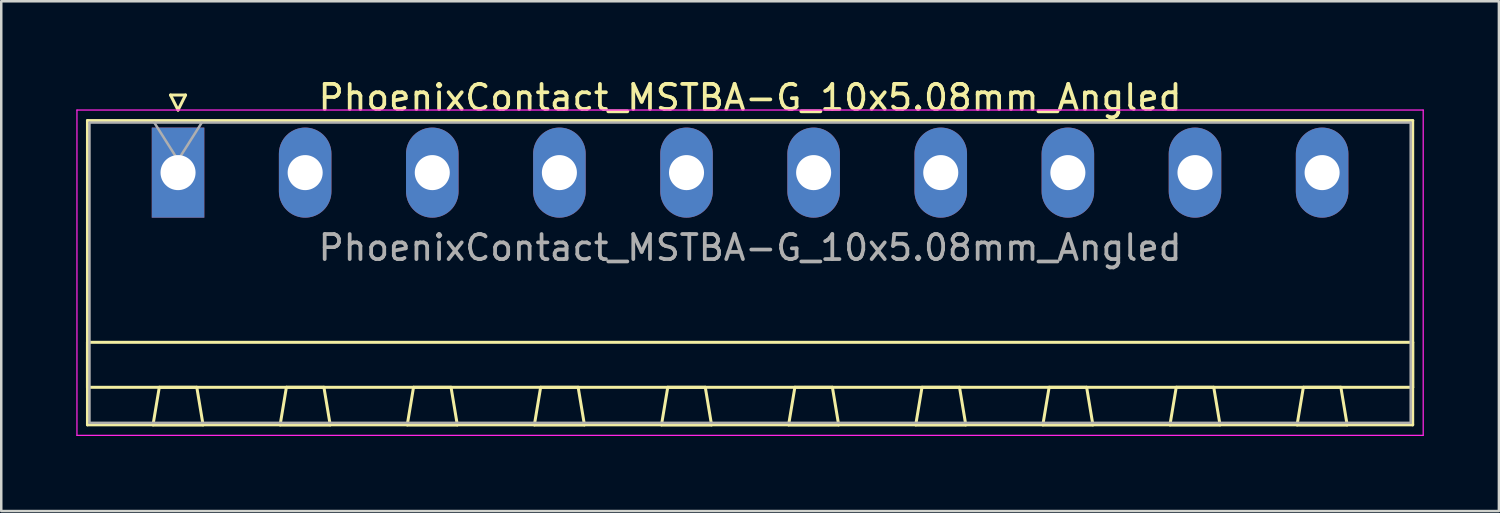
<source format=kicad_pcb>
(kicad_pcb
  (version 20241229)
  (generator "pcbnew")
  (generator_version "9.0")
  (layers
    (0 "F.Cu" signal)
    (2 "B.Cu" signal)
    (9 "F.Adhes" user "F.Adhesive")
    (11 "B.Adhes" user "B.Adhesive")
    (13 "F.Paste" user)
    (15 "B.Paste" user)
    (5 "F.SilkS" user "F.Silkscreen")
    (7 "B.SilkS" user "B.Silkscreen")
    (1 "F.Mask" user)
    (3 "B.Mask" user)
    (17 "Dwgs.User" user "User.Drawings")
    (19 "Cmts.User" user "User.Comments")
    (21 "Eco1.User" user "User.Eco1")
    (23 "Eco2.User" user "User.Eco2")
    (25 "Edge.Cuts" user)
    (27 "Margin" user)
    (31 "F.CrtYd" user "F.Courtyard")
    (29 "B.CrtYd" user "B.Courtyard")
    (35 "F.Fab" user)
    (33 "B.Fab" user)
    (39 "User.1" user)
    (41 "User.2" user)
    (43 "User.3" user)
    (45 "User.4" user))
  (footprint "PhoenixContact_MSTBA-G_10x5.08mm_Angled"
    (layer "F.Cu")
    (at 4.065 3.848)
    (property "Reference" "PhoenixContact_MSTBA-G_10x5.08mm_Angled" (at 22.86 -3 0) (layer "F.SilkS") (effects (font (size 1 1) (thickness 0.15))))
    (attr through_hole)
    (fp_line (start -3.62 -2.08) (end -3.62 10.08) (stroke (width 0.12) (type solid)) (layer "F.SilkS"))
    (fp_line (start -3.62 6.78) (end 49.34 6.78) (stroke (width 0.12) (type solid)) (layer "F.SilkS"))
    (fp_line (start -3.62 8.58) (end -3.62 6.78) (stroke (width 0.12) (type solid)) (layer "F.SilkS"))
    (fp_line (start -3.62 10.08) (end 49.34 10.08) (stroke (width 0.12) (type solid)) (layer "F.SilkS"))
    (fp_line (start -1 10.08) (end 1 10.08) (stroke (width 0.12) (type solid)) (layer "F.SilkS"))
    (fp_line (start -0.75 8.58) (end -1 10.08) (stroke (width 0.12) (type solid)) (layer "F.SilkS"))
    (fp_line (start -0.3 -3.1) (end 0.3 -3.1) (stroke (width 0.12) (type solid)) (layer "F.SilkS"))
    (fp_line (start 0 -2.5) (end -0.3 -3.1) (stroke (width 0.12) (type solid)) (layer "F.SilkS"))
    (fp_line (start 0.3 -3.1) (end 0 -2.5) (stroke (width 0.12) (type solid)) (layer "F.SilkS"))
    (fp_line (start 0.75 8.58) (end -0.75 8.58) (stroke (width 0.12) (type solid)) (layer "F.SilkS"))
    (fp_line (start 1 10.08) (end 0.75 8.58) (stroke (width 0.12) (type solid)) (layer "F.SilkS"))
    (fp_line (start 4.08 10.08) (end 6.08 10.08) (stroke (width 0.12) (type solid)) (layer "F.SilkS"))
    (fp_line (start 4.33 8.58) (end 4.08 10.08) (stroke (width 0.12) (type solid)) (layer "F.SilkS"))
    (fp_line (start 5.83 8.58) (end 4.33 8.58) (stroke (width 0.12) (type solid)) (layer "F.SilkS"))
    (fp_line (start 6.08 10.08) (end 5.83 8.58) (stroke (width 0.12) (type solid)) (layer "F.SilkS"))
    (fp_line (start 9.16 10.08) (end 11.16 10.08) (stroke (width 0.12) (type solid)) (layer "F.SilkS"))
    (fp_line (start 9.41 8.58) (end 9.16 10.08) (stroke (width 0.12) (type solid)) (layer "F.SilkS"))
    (fp_line (start 10.91 8.58) (end 9.41 8.58) (stroke (width 0.12) (type solid)) (layer "F.SilkS"))
    (fp_line (start 11.16 10.08) (end 10.91 8.58) (stroke (width 0.12) (type solid)) (layer "F.SilkS"))
    (fp_line (start 14.24 10.08) (end 16.24 10.08) (stroke (width 0.12) (type solid)) (layer "F.SilkS"))
    (fp_line (start 14.49 8.58) (end 14.24 10.08) (stroke (width 0.12) (type solid)) (layer "F.SilkS"))
    (fp_line (start 15.99 8.58) (end 14.49 8.58) (stroke (width 0.12) (type solid)) (layer "F.SilkS"))
    (fp_line (start 16.24 10.08) (end 15.99 8.58) (stroke (width 0.12) (type solid)) (layer "F.SilkS"))
    (fp_line (start 19.32 10.08) (end 21.32 10.08) (stroke (width 0.12) (type solid)) (layer "F.SilkS"))
    (fp_line (start 19.57 8.58) (end 19.32 10.08) (stroke (width 0.12) (type solid)) (layer "F.SilkS"))
    (fp_line (start 21.07 8.58) (end 19.57 8.58) (stroke (width 0.12) (type solid)) (layer "F.SilkS"))
    (fp_line (start 21.32 10.08) (end 21.07 8.58) (stroke (width 0.12) (type solid)) (layer "F.SilkS"))
    (fp_line (start 24.4 10.08) (end 26.4 10.08) (stroke (width 0.12) (type solid)) (layer "F.SilkS"))
    (fp_line (start 24.65 8.58) (end 24.4 10.08) (stroke (width 0.12) (type solid)) (layer "F.SilkS"))
    (fp_line (start 26.15 8.58) (end 24.65 8.58) (stroke (width 0.12) (type solid)) (layer "F.SilkS"))
    (fp_line (start 26.4 10.08) (end 26.15 8.58) (stroke (width 0.12) (type solid)) (layer "F.SilkS"))
    (fp_line (start 29.48 10.08) (end 31.48 10.08) (stroke (width 0.12) (type solid)) (layer "F.SilkS"))
    (fp_line (start 29.73 8.58) (end 29.48 10.08) (stroke (width 0.12) (type solid)) (layer "F.SilkS"))
    (fp_line (start 31.23 8.58) (end 29.73 8.58) (stroke (width 0.12) (type solid)) (layer "F.SilkS"))
    (fp_line (start 31.48 10.08) (end 31.23 8.58) (stroke (width 0.12) (type solid)) (layer "F.SilkS"))
    (fp_line (start 34.56 10.08) (end 36.56 10.08) (stroke (width 0.12) (type solid)) (layer "F.SilkS"))
    (fp_line (start 34.81 8.58) (end 34.56 10.08) (stroke (width 0.12) (type solid)) (layer "F.SilkS"))
    (fp_line (start 36.31 8.58) (end 34.81 8.58) (stroke (width 0.12) (type solid)) (layer "F.SilkS"))
    (fp_line (start 36.56 10.08) (end 36.31 8.58) (stroke (width 0.12) (type solid)) (layer "F.SilkS"))
    (fp_line (start 39.64 10.08) (end 41.64 10.08) (stroke (width 0.12) (type solid)) (layer "F.SilkS"))
    (fp_line (start 39.89 8.58) (end 39.64 10.08) (stroke (width 0.12) (type solid)) (layer "F.SilkS"))
    (fp_line (start 41.39 8.58) (end 39.89 8.58) (stroke (width 0.12) (type solid)) (layer "F.SilkS"))
    (fp_line (start 41.64 10.08) (end 41.39 8.58) (stroke (width 0.12) (type solid)) (layer "F.SilkS"))
    (fp_line (start 44.72 10.08) (end 46.72 10.08) (stroke (width 0.12) (type solid)) (layer "F.SilkS"))
    (fp_line (start 44.97 8.58) (end 44.72 10.08) (stroke (width 0.12) (type solid)) (layer "F.SilkS"))
    (fp_line (start 46.47 8.58) (end 44.97 8.58) (stroke (width 0.12) (type solid)) (layer "F.SilkS"))
    (fp_line (start 46.72 10.08) (end 46.47 8.58) (stroke (width 0.12) (type solid)) (layer "F.SilkS"))
    (fp_line (start 49.34 -2.08) (end -3.62 -2.08) (stroke (width 0.12) (type solid)) (layer "F.SilkS"))
    (fp_line (start 49.34 6.78) (end 49.34 8.58) (stroke (width 0.12) (type solid)) (layer "F.SilkS"))
    (fp_line (start 49.34 8.58) (end -3.62 8.58) (stroke (width 0.12) (type solid)) (layer "F.SilkS"))
    (fp_line (start 49.34 10.08) (end 49.34 -2.08) (stroke (width 0.12) (type solid)) (layer "F.SilkS"))
    (fp_line (start -4.04 -2.5) (end -4.04 10.5) (stroke (width 0.05) (type solid)) (layer "F.CrtYd"))
    (fp_line (start -4.04 10.5) (end 49.76 10.5) (stroke (width 0.05) (type solid)) (layer "F.CrtYd"))
    (fp_line (start 49.76 -2.5) (end -4.04 -2.5) (stroke (width 0.05) (type solid)) (layer "F.CrtYd"))
    (fp_line (start 49.76 10.5) (end 49.76 -2.5) (stroke (width 0.05) (type solid)) (layer "F.CrtYd"))
    (fp_line (start -3.54 -2) (end -3.54 10) (stroke (width 0.1) (type solid)) (layer "F.Fab"))
    (fp_line (start -3.54 10) (end 49.26 10) (stroke (width 0.1) (type solid)) (layer "F.Fab"))
    (fp_line (start 0 -0.5) (end -0.95 -2) (stroke (width 0.1) (type solid)) (layer "F.Fab"))
    (fp_line (start 0.95 -2) (end 0 -0.5) (stroke (width 0.1) (type solid)) (layer "F.Fab"))
    (fp_line (start 49.26 -2) (end -3.54 -2) (stroke (width 0.1) (type solid)) (layer "F.Fab"))
    (fp_line (start 49.26 10) (end 49.26 -2) (stroke (width 0.1) (type solid)) (layer "F.Fab"))
    (fp_text user "${REFERENCE}" (at 22.86 3 0) (layer "F.Fab") (effects (font (size 1 1) (thickness 0.15))))
    (pad "1" thru_hole rect (at 0 0) (size 2.1 3.6) (drill 1.4) (layers "*.Cu" "*.Mask"))
    (pad "2" thru_hole oval (at 5.08 0) (size 2.1 3.6) (drill 1.4) (layers "*.Cu" "*.Mask"))
    (pad "3" thru_hole oval (at 10.16 0) (size 2.1 3.6) (drill 1.4) (layers "*.Cu" "*.Mask"))
    (pad "4" thru_hole oval (at 15.24 0) (size 2.1 3.6) (drill 1.4) (layers "*.Cu" "*.Mask"))
    (pad "5" thru_hole oval (at 20.32 0) (size 2.1 3.6) (drill 1.4) (layers "*.Cu" "*.Mask"))
    (pad "6" thru_hole oval (at 25.4 0) (size 2.1 3.6) (drill 1.4) (layers "*.Cu" "*.Mask"))
    (pad "7" thru_hole oval (at 30.48 0) (size 2.1 3.6) (drill 1.4) (layers "*.Cu" "*.Mask"))
    (pad "8" thru_hole oval (at 35.56 0) (size 2.1 3.6) (drill 1.4) (layers "*.Cu" "*.Mask"))
    (pad "9" thru_hole oval (at 40.64 0) (size 2.1 3.6) (drill 1.4) (layers "*.Cu" "*.Mask"))
    (pad "10" thru_hole oval (at 45.72 0) (size 2.1 3.6) (drill 1.4) (layers "*.Cu" "*.Mask")))
  (gr_rect
    (start -3 -3)
    (end 56.85 17.373)
    (stroke (width 0.1) (type default))
    (fill no)
    (layer "Edge.Cuts")))
</source>
